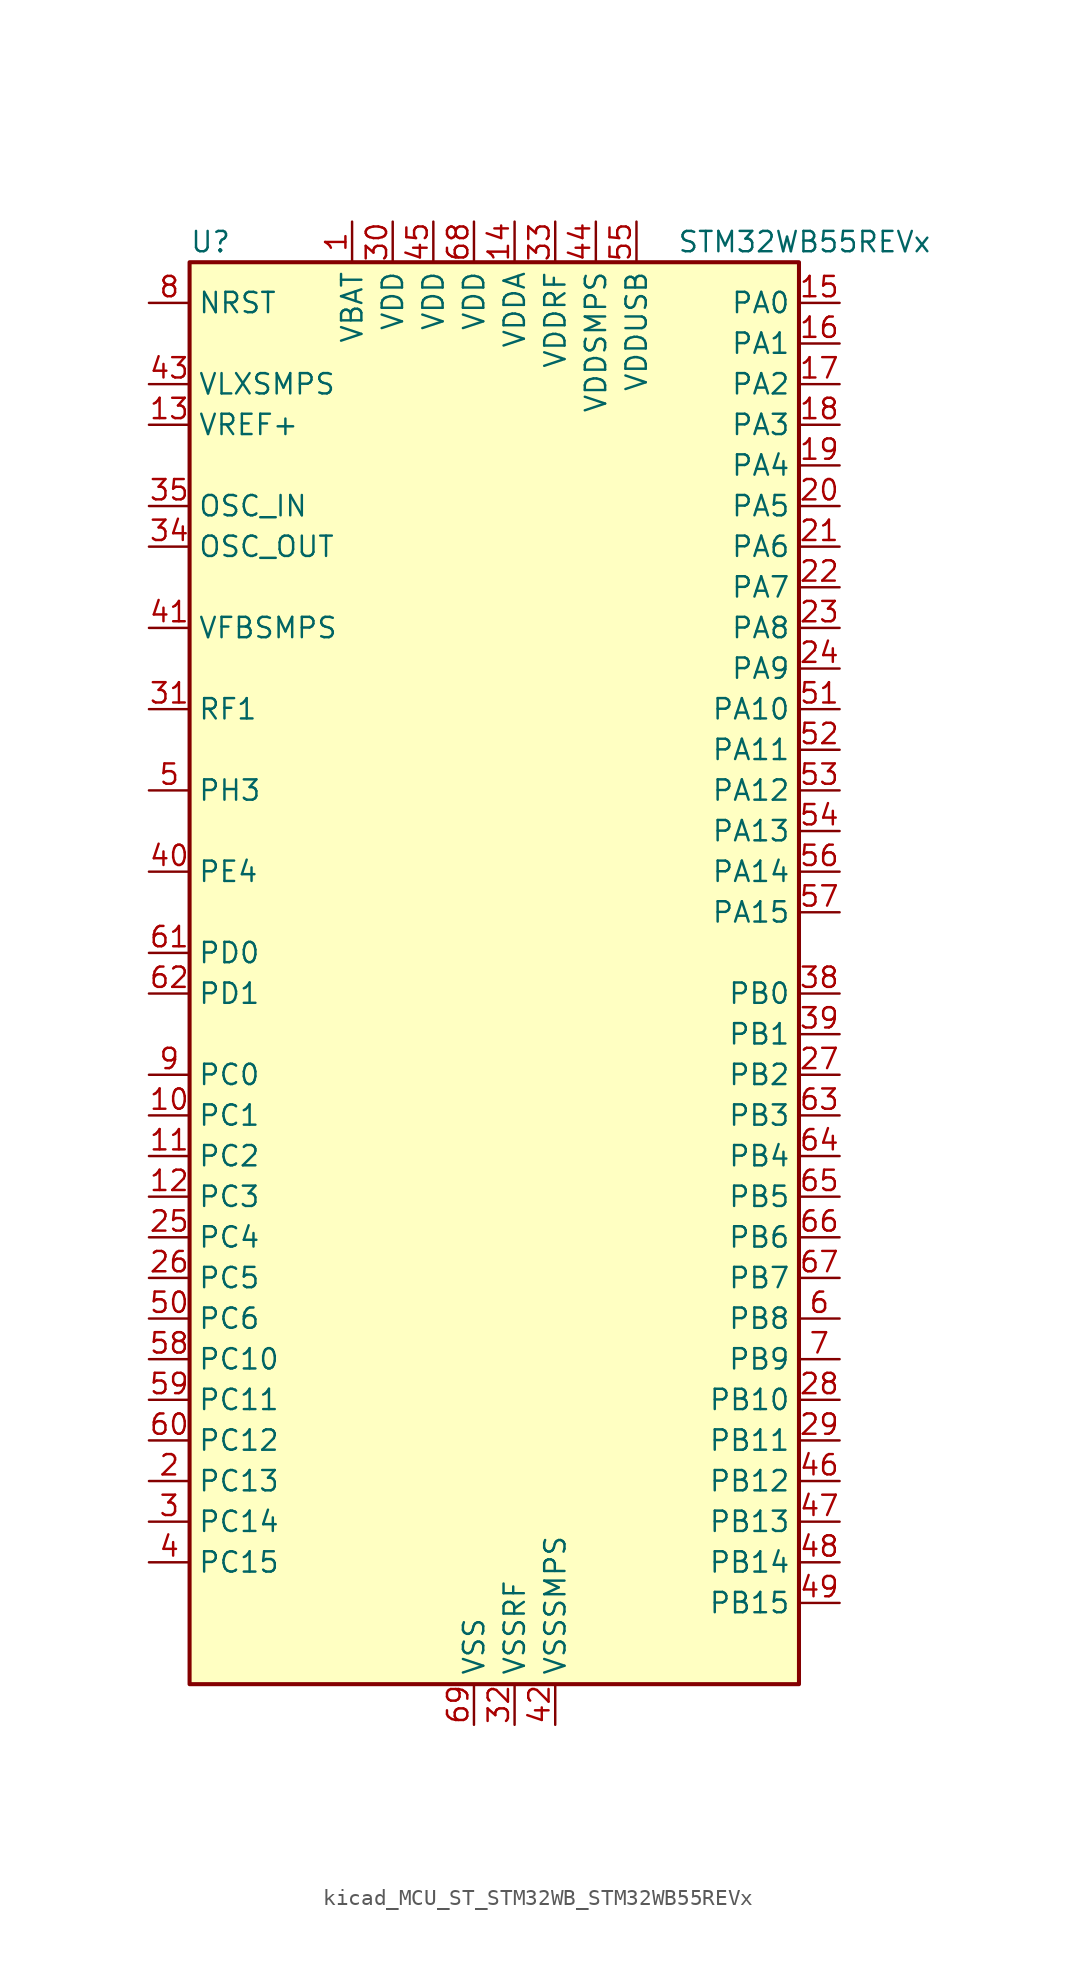
<source format=kicad_sym>
(kicad_symbol_lib
  (version 20220914)
  (generator kicad_symbol_editor)
  (symbol "kicad_MCU_ST_STM32WB_STM32WB55REVx"
    (property "Reference" "U"
      (at -17.78 46.99 0)
      (effects (font (size 1.27 1.27)) (justify left)))
    (property "Value" "STM32WB55REVx"
      (at 12.7 46.99 0)
      (effects (font (size 1.27 1.27)) (justify left)))
    (property "ki_locked" ""
      (at 0 0 0)
      (effects (font (size 1.27 1.27))))
    (symbol "kicad_MCU_ST_STM32WB_STM32WB55REVx_0_1"
      (rectangle (start -17.78 -43.18) (end 20.32 45.72) (stroke (width 0.254) (type default)) (fill (type background))))
    (symbol "kicad_MCU_ST_STM32WB_STM32WB55REVx_1_1"
      (pin power_in line (at -7.62 48.26 270) (length 2.54) (name "VBAT" (effects (font (size 1.27 1.27)))) (number "1" (effects (font (size 1.27 1.27)))))
      (pin bidirectional line (at -20.32 -7.62 0) (length 2.54) (name "PC1" (effects (font (size 1.27 1.27)))) (number "10" (effects (font (size 1.27 1.27)))) (alternate "ADC1_IN2" bidirectional line) (alternate "I2C3_SDA" bidirectional line) (alternate "LCD_SEG19" bidirectional line) (alternate "LPTIM1_OUT" bidirectional line) (alternate "LPUART1_TX" bidirectional line) (alternate "SPI2_MOSI" bidirectional line))
      (pin bidirectional line (at -20.32 -10.16 0) (length 2.54) (name "PC2" (effects (font (size 1.27 1.27)))) (number "11" (effects (font (size 1.27 1.27)))) (alternate "ADC1_IN3" bidirectional line) (alternate "LCD_SEG20" bidirectional line) (alternate "LPTIM1_IN2" bidirectional line) (alternate "SPI2_MISO" bidirectional line))
      (pin bidirectional line (at -20.32 -12.7 0) (length 2.54) (name "PC3" (effects (font (size 1.27 1.27)))) (number "12" (effects (font (size 1.27 1.27)))) (alternate "ADC1_IN4" bidirectional line) (alternate "LCD_VLCD" bidirectional line) (alternate "LPTIM1_ETR" bidirectional line) (alternate "LPTIM2_ETR" bidirectional line) (alternate "SAI1_D1" bidirectional line) (alternate "SAI1_SD_A" bidirectional line) (alternate "SPI2_MOSI" bidirectional line))
      (pin input line (at -20.32 35.56 0) (length 2.54) (name "VREF+" (effects (font (size 1.27 1.27)))) (number "13" (effects (font (size 1.27 1.27)))) (alternate "VREFBUF_OUT" bidirectional line))
      (pin power_in line (at 2.54 48.26 270) (length 2.54) (name "VDDA" (effects (font (size 1.27 1.27)))) (number "14" (effects (font (size 1.27 1.27)))))
      (pin bidirectional line (at 22.86 43.18 180) (length 2.54) (name "PA0" (effects (font (size 1.27 1.27)))) (number "15" (effects (font (size 1.27 1.27)))) (alternate "ADC1_IN5" bidirectional line) (alternate "COMP1_INM" bidirectional line) (alternate "COMP1_OUT" bidirectional line) (alternate "RTC_TAMP2" bidirectional line) (alternate "SAI1_EXTCLK" bidirectional line) (alternate "SYS_WKUP1" bidirectional line) (alternate "TIM2_CH1" bidirectional line) (alternate "TIM2_ETR" bidirectional line))
      (pin bidirectional line (at 22.86 40.64 180) (length 2.54) (name "PA1" (effects (font (size 1.27 1.27)))) (number "16" (effects (font (size 1.27 1.27)))) (alternate "ADC1_IN6" bidirectional line) (alternate "COMP1_INP" bidirectional line) (alternate "I2C1_SMBA" bidirectional line) (alternate "LCD_SEG0" bidirectional line) (alternate "SPI1_SCK" bidirectional line) (alternate "TIM2_CH2" bidirectional line))
      (pin bidirectional line (at 22.86 38.1 180) (length 2.54) (name "PA2" (effects (font (size 1.27 1.27)))) (number "17" (effects (font (size 1.27 1.27)))) (alternate "ADC1_IN7" bidirectional line) (alternate "COMP2_INM" bidirectional line) (alternate "COMP2_OUT" bidirectional line) (alternate "LCD_SEG1" bidirectional line) (alternate "LPUART1_TX" bidirectional line) (alternate "QUADSPI_BK1_NCS" bidirectional line) (alternate "RCC_LSCO" bidirectional line) (alternate "SYS_WKUP4" bidirectional line) (alternate "TIM2_CH3" bidirectional line))
      (pin bidirectional line (at 22.86 35.56 180) (length 2.54) (name "PA3" (effects (font (size 1.27 1.27)))) (number "18" (effects (font (size 1.27 1.27)))) (alternate "ADC1_IN8" bidirectional line) (alternate "COMP2_INP" bidirectional line) (alternate "LCD_SEG2" bidirectional line) (alternate "LPUART1_RX" bidirectional line) (alternate "QUADSPI_CLK" bidirectional line) (alternate "SAI1_CK1" bidirectional line) (alternate "SAI1_MCLK_A" bidirectional line) (alternate "TIM2_CH4" bidirectional line))
      (pin bidirectional line (at 22.86 33.02 180) (length 2.54) (name "PA4" (effects (font (size 1.27 1.27)))) (number "19" (effects (font (size 1.27 1.27)))) (alternate "ADC1_IN9" bidirectional line) (alternate "COMP1_INM" bidirectional line) (alternate "COMP2_INM" bidirectional line) (alternate "LCD_SEG5" bidirectional line) (alternate "LPTIM2_OUT" bidirectional line) (alternate "SAI1_FS_B" bidirectional line) (alternate "SPI1_NSS" bidirectional line))
      (pin bidirectional line (at -20.32 -30.48 0) (length 2.54) (name "PC13" (effects (font (size 1.27 1.27)))) (number "2" (effects (font (size 1.27 1.27)))) (alternate "RTC_OUT1" bidirectional line) (alternate "RTC_TAMP1" bidirectional line) (alternate "RTC_TS" bidirectional line) (alternate "SYS_WKUP2" bidirectional line))
      (pin bidirectional line (at 22.86 30.48 180) (length 2.54) (name "PA5" (effects (font (size 1.27 1.27)))) (number "20" (effects (font (size 1.27 1.27)))) (alternate "ADC1_IN10" bidirectional line) (alternate "COMP1_INM" bidirectional line) (alternate "COMP2_INM" bidirectional line) (alternate "LPTIM2_ETR" bidirectional line) (alternate "SAI1_SD_B" bidirectional line) (alternate "SPI1_SCK" bidirectional line) (alternate "TIM2_CH1" bidirectional line) (alternate "TIM2_ETR" bidirectional line))
      (pin bidirectional line (at 22.86 27.94 180) (length 2.54) (name "PA6" (effects (font (size 1.27 1.27)))) (number "21" (effects (font (size 1.27 1.27)))) (alternate "ADC1_IN11" bidirectional line) (alternate "LCD_SEG3" bidirectional line) (alternate "LPUART1_CTS" bidirectional line) (alternate "QUADSPI_BK1_IO3" bidirectional line) (alternate "SPI1_MISO" bidirectional line) (alternate "TIM16_CH1" bidirectional line) (alternate "TIM1_BKIN" bidirectional line))
      (pin bidirectional line (at 22.86 25.4 180) (length 2.54) (name "PA7" (effects (font (size 1.27 1.27)))) (number "22" (effects (font (size 1.27 1.27)))) (alternate "ADC1_IN12" bidirectional line) (alternate "COMP2_OUT" bidirectional line) (alternate "I2C3_SCL" bidirectional line) (alternate "LCD_SEG4" bidirectional line) (alternate "QUADSPI_BK1_IO2" bidirectional line) (alternate "SPI1_MOSI" bidirectional line) (alternate "TIM17_CH1" bidirectional line) (alternate "TIM1_CH1N" bidirectional line))
      (pin bidirectional line (at 22.86 22.86 180) (length 2.54) (name "PA8" (effects (font (size 1.27 1.27)))) (number "23" (effects (font (size 1.27 1.27)))) (alternate "ADC1_IN15" bidirectional line) (alternate "LCD_COM0" bidirectional line) (alternate "LPTIM2_OUT" bidirectional line) (alternate "RCC_MCO" bidirectional line) (alternate "SAI1_CK2" bidirectional line) (alternate "SAI1_SCK_A" bidirectional line) (alternate "TIM1_CH1" bidirectional line) (alternate "USART1_CK" bidirectional line))
      (pin bidirectional line (at 22.86 20.32 180) (length 2.54) (name "PA9" (effects (font (size 1.27 1.27)))) (number "24" (effects (font (size 1.27 1.27)))) (alternate "ADC1_IN16" bidirectional line) (alternate "COMP1_INM" bidirectional line) (alternate "I2C1_SCL" bidirectional line) (alternate "LCD_COM1" bidirectional line) (alternate "SAI1_D2" bidirectional line) (alternate "SAI1_FS_A" bidirectional line) (alternate "SPI2_SCK" bidirectional line) (alternate "TIM1_CH2" bidirectional line) (alternate "USART1_TX" bidirectional line))
      (pin bidirectional line (at -20.32 -15.24 0) (length 2.54) (name "PC4" (effects (font (size 1.27 1.27)))) (number "25" (effects (font (size 1.27 1.27)))) (alternate "ADC1_IN13" bidirectional line) (alternate "COMP1_INM" bidirectional line) (alternate "LCD_SEG22" bidirectional line))
      (pin bidirectional line (at -20.32 -17.78 0) (length 2.54) (name "PC5" (effects (font (size 1.27 1.27)))) (number "26" (effects (font (size 1.27 1.27)))) (alternate "ADC1_IN14" bidirectional line) (alternate "COMP1_INP" bidirectional line) (alternate "LCD_SEG23" bidirectional line) (alternate "SAI1_D3" bidirectional line) (alternate "SYS_WKUP5" bidirectional line))
      (pin bidirectional line (at 22.86 -5.08 180) (length 2.54) (name "PB2" (effects (font (size 1.27 1.27)))) (number "27" (effects (font (size 1.27 1.27)))) (alternate "COMP1_INP" bidirectional line) (alternate "I2C3_SMBA" bidirectional line) (alternate "LCD_VLCD" bidirectional line) (alternate "LPTIM1_OUT" bidirectional line) (alternate "RTC_OUT2" bidirectional line) (alternate "SAI1_EXTCLK" bidirectional line) (alternate "SPI1_NSS" bidirectional line))
      (pin bidirectional line (at 22.86 -25.4 180) (length 2.54) (name "PB10" (effects (font (size 1.27 1.27)))) (number "28" (effects (font (size 1.27 1.27)))) (alternate "COMP1_OUT" bidirectional line) (alternate "I2C3_SCL" bidirectional line) (alternate "LCD_SEG10" bidirectional line) (alternate "LPUART1_RX" bidirectional line) (alternate "QUADSPI_CLK" bidirectional line) (alternate "SAI1_SCK_A" bidirectional line) (alternate "SPI2_SCK" bidirectional line) (alternate "TIM2_CH3" bidirectional line) (alternate "TSC_SYNC" bidirectional line))
      (pin bidirectional line (at 22.86 -27.94 180) (length 2.54) (name "PB11" (effects (font (size 1.27 1.27)))) (number "29" (effects (font (size 1.27 1.27)))) (alternate "ADC1_EXTI11" bidirectional line) (alternate "COMP2_OUT" bidirectional line) (alternate "I2C3_SDA" bidirectional line) (alternate "LCD_SEG11" bidirectional line) (alternate "LPUART1_TX" bidirectional line) (alternate "QUADSPI_BK1_NCS" bidirectional line) (alternate "TIM2_CH4" bidirectional line))
      (pin bidirectional line (at -20.32 -33.02 0) (length 2.54) (name "PC14" (effects (font (size 1.27 1.27)))) (number "3" (effects (font (size 1.27 1.27)))) (alternate "RCC_OSC32_IN" bidirectional line))
      (pin power_in line (at -5.08 48.26 270) (length 2.54) (name "VDD" (effects (font (size 1.27 1.27)))) (number "30" (effects (font (size 1.27 1.27)))))
      (pin bidirectional line (at -20.32 17.78 0) (length 2.54) (name "RF1" (effects (font (size 1.27 1.27)))) (number "31" (effects (font (size 1.27 1.27)))) (alternate "RF_RF1" bidirectional line))
      (pin power_in line (at 2.54 -45.72 90) (length 2.54) (name "VSSRF" (effects (font (size 1.27 1.27)))) (number "32" (effects (font (size 1.27 1.27)))))
      (pin power_in line (at 5.08 48.26 270) (length 2.54) (name "VDDRF" (effects (font (size 1.27 1.27)))) (number "33" (effects (font (size 1.27 1.27)))))
      (pin input line (at -20.32 27.94 0) (length 2.54) (name "OSC_OUT" (effects (font (size 1.27 1.27)))) (number "34" (effects (font (size 1.27 1.27)))) (alternate "RCC_OSC_OUT" bidirectional line))
      (pin input line (at -20.32 30.48 0) (length 2.54) (name "OSC_IN" (effects (font (size 1.27 1.27)))) (number "35" (effects (font (size 1.27 1.27)))) (alternate "RCC_OSC_IN" bidirectional line))
      (pin no_connect line (at -17.78 -43.18 0) (length 2.54) hide (name "AT0" (effects (font (size 1.27 1.27)))) (number "36" (effects (font (size 1.27 1.27)))))
      (pin no_connect line (at -17.78 -40.64 0) (length 2.54) hide (name "AT1" (effects (font (size 1.27 1.27)))) (number "37" (effects (font (size 1.27 1.27)))))
      (pin bidirectional line (at 22.86 0 180) (length 2.54) (name "PB0" (effects (font (size 1.27 1.27)))) (number "38" (effects (font (size 1.27 1.27)))) (alternate "COMP1_OUT" bidirectional line) (alternate "RF_TX_MOD_EXT_PA" bidirectional line))
      (pin bidirectional line (at 22.86 -2.54 180) (length 2.54) (name "PB1" (effects (font (size 1.27 1.27)))) (number "39" (effects (font (size 1.27 1.27)))) (alternate "LPTIM2_IN1" bidirectional line) (alternate "LPUART1_DE" bidirectional line) (alternate "LPUART1_RTS" bidirectional line))
      (pin bidirectional line (at -20.32 -35.56 0) (length 2.54) (name "PC15" (effects (font (size 1.27 1.27)))) (number "4" (effects (font (size 1.27 1.27)))) (alternate "ADC1_EXTI15" bidirectional line) (alternate "RCC_OSC32_OUT" bidirectional line))
      (pin bidirectional line (at -20.32 7.62 0) (length 2.54) (name "PE4" (effects (font (size 1.27 1.27)))) (number "40" (effects (font (size 1.27 1.27)))))
      (pin input line (at -20.32 22.86 0) (length 2.54) (name "VFBSMPS" (effects (font (size 1.27 1.27)))) (number "41" (effects (font (size 1.27 1.27)))))
      (pin power_in line (at 5.08 -45.72 90) (length 2.54) (name "VSSSMPS" (effects (font (size 1.27 1.27)))) (number "42" (effects (font (size 1.27 1.27)))))
      (pin power_in line (at -20.32 38.1 0) (length 2.54) (name "VLXSMPS" (effects (font (size 1.27 1.27)))) (number "43" (effects (font (size 1.27 1.27)))))
      (pin power_in line (at 7.62 48.26 270) (length 2.54) (name "VDDSMPS" (effects (font (size 1.27 1.27)))) (number "44" (effects (font (size 1.27 1.27)))))
      (pin power_in line (at -2.54 48.26 270) (length 2.54) (name "VDD" (effects (font (size 1.27 1.27)))) (number "45" (effects (font (size 1.27 1.27)))))
      (pin bidirectional line (at 22.86 -30.48 180) (length 2.54) (name "PB12" (effects (font (size 1.27 1.27)))) (number "46" (effects (font (size 1.27 1.27)))) (alternate "I2C3_SMBA" bidirectional line) (alternate "LCD_SEG12" bidirectional line) (alternate "LPUART1_DE" bidirectional line) (alternate "LPUART1_RTS" bidirectional line) (alternate "SAI1_FS_A" bidirectional line) (alternate "SPI2_NSS" bidirectional line) (alternate "TIM1_BKIN" bidirectional line) (alternate "TSC_G1_IO1" bidirectional line))
      (pin bidirectional line (at 22.86 -33.02 180) (length 2.54) (name "PB13" (effects (font (size 1.27 1.27)))) (number "47" (effects (font (size 1.27 1.27)))) (alternate "I2C3_SCL" bidirectional line) (alternate "LCD_SEG13" bidirectional line) (alternate "LPUART1_CTS" bidirectional line) (alternate "SAI1_SCK_A" bidirectional line) (alternate "SPI2_SCK" bidirectional line) (alternate "TIM1_CH1N" bidirectional line) (alternate "TSC_G1_IO2" bidirectional line))
      (pin bidirectional line (at 22.86 -35.56 180) (length 2.54) (name "PB14" (effects (font (size 1.27 1.27)))) (number "48" (effects (font (size 1.27 1.27)))) (alternate "I2C3_SDA" bidirectional line) (alternate "LCD_SEG14" bidirectional line) (alternate "SAI1_MCLK_A" bidirectional line) (alternate "SPI2_MISO" bidirectional line) (alternate "TIM1_CH2N" bidirectional line) (alternate "TSC_G1_IO3" bidirectional line))
      (pin bidirectional line (at 22.86 -38.1 180) (length 2.54) (name "PB15" (effects (font (size 1.27 1.27)))) (number "49" (effects (font (size 1.27 1.27)))) (alternate "ADC1_EXTI15" bidirectional line) (alternate "LCD_SEG15" bidirectional line) (alternate "RTC_REFIN" bidirectional line) (alternate "SAI1_SD_A" bidirectional line) (alternate "SPI2_MOSI" bidirectional line) (alternate "TIM1_CH3N" bidirectional line) (alternate "TSC_G1_IO4" bidirectional line))
      (pin bidirectional line (at -20.32 12.7 0) (length 2.54) (name "PH3" (effects (font (size 1.27 1.27)))) (number "5" (effects (font (size 1.27 1.27)))) (alternate "RCC_LSCO" bidirectional line))
      (pin bidirectional line (at -20.32 -20.32 0) (length 2.54) (name "PC6" (effects (font (size 1.27 1.27)))) (number "50" (effects (font (size 1.27 1.27)))) (alternate "LCD_SEG24" bidirectional line))
      (pin bidirectional line (at 22.86 17.78 180) (length 2.54) (name "PA10" (effects (font (size 1.27 1.27)))) (number "51" (effects (font (size 1.27 1.27)))) (alternate "CRS_SYNC" bidirectional line) (alternate "I2C1_SDA" bidirectional line) (alternate "LCD_COM2" bidirectional line) (alternate "SAI1_D1" bidirectional line) (alternate "SAI1_SD_A" bidirectional line) (alternate "TIM17_BKIN" bidirectional line) (alternate "TIM1_CH3" bidirectional line) (alternate "USART1_RX" bidirectional line))
      (pin bidirectional line (at 22.86 15.24 180) (length 2.54) (name "PA11" (effects (font (size 1.27 1.27)))) (number "52" (effects (font (size 1.27 1.27)))) (alternate "ADC1_EXTI11" bidirectional line) (alternate "SPI1_MISO" bidirectional line) (alternate "TIM1_BKIN2" bidirectional line) (alternate "TIM1_CH4" bidirectional line) (alternate "USART1_CTS" bidirectional line) (alternate "USART1_NSS" bidirectional line) (alternate "USB_DM" bidirectional line))
      (pin bidirectional line (at 22.86 12.7 180) (length 2.54) (name "PA12" (effects (font (size 1.27 1.27)))) (number "53" (effects (font (size 1.27 1.27)))) (alternate "LPUART1_RX" bidirectional line) (alternate "SPI1_MOSI" bidirectional line) (alternate "TIM1_ETR" bidirectional line) (alternate "USART1_DE" bidirectional line) (alternate "USART1_RTS" bidirectional line) (alternate "USB_DP" bidirectional line))
      (pin bidirectional line (at 22.86 10.16 180) (length 2.54) (name "PA13" (effects (font (size 1.27 1.27)))) (number "54" (effects (font (size 1.27 1.27)))) (alternate "IR_OUT" bidirectional line) (alternate "SAI1_SD_B" bidirectional line) (alternate "SYS_JTMS-SWDIO" bidirectional line) (alternate "USB_NOE" bidirectional line))
      (pin power_in line (at 10.16 48.26 270) (length 2.54) (name "VDDUSB" (effects (font (size 1.27 1.27)))) (number "55" (effects (font (size 1.27 1.27)))))
      (pin bidirectional line (at 22.86 7.62 180) (length 2.54) (name "PA14" (effects (font (size 1.27 1.27)))) (number "56" (effects (font (size 1.27 1.27)))) (alternate "I2C1_SMBA" bidirectional line) (alternate "LCD_SEG5" bidirectional line) (alternate "LPTIM1_OUT" bidirectional line) (alternate "SAI1_FS_B" bidirectional line) (alternate "SYS_JTCK-SWCLK" bidirectional line))
      (pin bidirectional line (at 22.86 5.08 180) (length 2.54) (name "PA15" (effects (font (size 1.27 1.27)))) (number "57" (effects (font (size 1.27 1.27)))) (alternate "ADC1_EXTI15" bidirectional line) (alternate "LCD_SEG17" bidirectional line) (alternate "RCC_MCO" bidirectional line) (alternate "SPI1_NSS" bidirectional line) (alternate "SYS_JTDI" bidirectional line) (alternate "TIM2_CH1" bidirectional line) (alternate "TIM2_ETR" bidirectional line) (alternate "TSC_G3_IO1" bidirectional line))
      (pin bidirectional line (at -20.32 -22.86 0) (length 2.54) (name "PC10" (effects (font (size 1.27 1.27)))) (number "58" (effects (font (size 1.27 1.27)))) (alternate "LCD_COM4" bidirectional line) (alternate "LCD_SEG28" bidirectional line) (alternate "LCD_SEG40" bidirectional line) (alternate "SYS_TRACED1" bidirectional line) (alternate "TSC_G3_IO2" bidirectional line))
      (pin bidirectional line (at -20.32 -25.4 0) (length 2.54) (name "PC11" (effects (font (size 1.27 1.27)))) (number "59" (effects (font (size 1.27 1.27)))) (alternate "ADC1_EXTI11" bidirectional line) (alternate "LCD_COM5" bidirectional line) (alternate "LCD_SEG29" bidirectional line) (alternate "LCD_SEG41" bidirectional line) (alternate "TSC_G3_IO3" bidirectional line))
      (pin bidirectional line (at 22.86 -20.32 180) (length 2.54) (name "PB8" (effects (font (size 1.27 1.27)))) (number "6" (effects (font (size 1.27 1.27)))) (alternate "I2C1_SCL" bidirectional line) (alternate "LCD_SEG16" bidirectional line) (alternate "QUADSPI_BK1_IO1" bidirectional line) (alternate "SAI1_CK1" bidirectional line) (alternate "SAI1_MCLK_A" bidirectional line) (alternate "TIM16_CH1" bidirectional line) (alternate "TIM1_CH2N" bidirectional line))
      (pin bidirectional line (at -20.32 -27.94 0) (length 2.54) (name "PC12" (effects (font (size 1.27 1.27)))) (number "60" (effects (font (size 1.27 1.27)))) (alternate "LCD_COM6" bidirectional line) (alternate "LCD_SEG30" bidirectional line) (alternate "LCD_SEG42" bidirectional line) (alternate "RCC_LSCO" bidirectional line) (alternate "RTC_TAMP3" bidirectional line) (alternate "SYS_TRACED3" bidirectional line) (alternate "SYS_WKUP3" bidirectional line) (alternate "TSC_G3_IO4" bidirectional line))
      (pin bidirectional line (at -20.32 2.54 0) (length 2.54) (name "PD0" (effects (font (size 1.27 1.27)))) (number "61" (effects (font (size 1.27 1.27)))) (alternate "SPI2_NSS" bidirectional line))
      (pin bidirectional line (at -20.32 0 0) (length 2.54) (name "PD1" (effects (font (size 1.27 1.27)))) (number "62" (effects (font (size 1.27 1.27)))) (alternate "SPI2_SCK" bidirectional line))
      (pin bidirectional line (at 22.86 -7.62 180) (length 2.54) (name "PB3" (effects (font (size 1.27 1.27)))) (number "63" (effects (font (size 1.27 1.27)))) (alternate "COMP2_INM" bidirectional line) (alternate "LCD_SEG7" bidirectional line) (alternate "SAI1_SCK_B" bidirectional line) (alternate "SPI1_SCK" bidirectional line) (alternate "SYS_JTDO-SWO" bidirectional line) (alternate "TIM2_CH2" bidirectional line) (alternate "USART1_DE" bidirectional line) (alternate "USART1_RTS" bidirectional line))
      (pin bidirectional line (at 22.86 -10.16 180) (length 2.54) (name "PB4" (effects (font (size 1.27 1.27)))) (number "64" (effects (font (size 1.27 1.27)))) (alternate "COMP2_INP" bidirectional line) (alternate "I2C3_SDA" bidirectional line) (alternate "LCD_SEG8" bidirectional line) (alternate "SAI1_MCLK_B" bidirectional line) (alternate "SPI1_MISO" bidirectional line) (alternate "SYS_JTRST" bidirectional line) (alternate "TIM17_BKIN" bidirectional line) (alternate "TSC_G2_IO1" bidirectional line) (alternate "USART1_CTS" bidirectional line) (alternate "USART1_NSS" bidirectional line))
      (pin bidirectional line (at 22.86 -12.7 180) (length 2.54) (name "PB5" (effects (font (size 1.27 1.27)))) (number "65" (effects (font (size 1.27 1.27)))) (alternate "COMP2_OUT" bidirectional line) (alternate "I2C1_SMBA" bidirectional line) (alternate "LCD_SEG9" bidirectional line) (alternate "LPTIM1_IN1" bidirectional line) (alternate "LPUART1_TX" bidirectional line) (alternate "SAI1_SD_B" bidirectional line) (alternate "SPI1_MOSI" bidirectional line) (alternate "TIM16_BKIN" bidirectional line) (alternate "TSC_G2_IO2" bidirectional line) (alternate "USART1_CK" bidirectional line))
      (pin bidirectional line (at 22.86 -15.24 180) (length 2.54) (name "PB6" (effects (font (size 1.27 1.27)))) (number "66" (effects (font (size 1.27 1.27)))) (alternate "COMP2_INP" bidirectional line) (alternate "I2C1_SCL" bidirectional line) (alternate "LCD_SEG6" bidirectional line) (alternate "LPTIM1_ETR" bidirectional line) (alternate "RCC_MCO" bidirectional line) (alternate "SAI1_FS_B" bidirectional line) (alternate "TIM16_CH1N" bidirectional line) (alternate "TSC_G2_IO3" bidirectional line) (alternate "USART1_TX" bidirectional line))
      (pin bidirectional line (at 22.86 -17.78 180) (length 2.54) (name "PB7" (effects (font (size 1.27 1.27)))) (number "67" (effects (font (size 1.27 1.27)))) (alternate "COMP2_INM" bidirectional line) (alternate "I2C1_SDA" bidirectional line) (alternate "LCD_SEG21" bidirectional line) (alternate "LPTIM1_IN2" bidirectional line) (alternate "SYS_PVD_IN" bidirectional line) (alternate "TIM17_CH1N" bidirectional line) (alternate "TIM1_BKIN" bidirectional line) (alternate "TSC_G2_IO4" bidirectional line) (alternate "USART1_RX" bidirectional line))
      (pin power_in line (at 0 48.26 270) (length 2.54) (name "VDD" (effects (font (size 1.27 1.27)))) (number "68" (effects (font (size 1.27 1.27)))))
      (pin power_in line (at 0 -45.72 90) (length 2.54) (name "VSS" (effects (font (size 1.27 1.27)))) (number "69" (effects (font (size 1.27 1.27)))))
      (pin bidirectional line (at 22.86 -22.86 180) (length 2.54) (name "PB9" (effects (font (size 1.27 1.27)))) (number "7" (effects (font (size 1.27 1.27)))) (alternate "I2C1_SDA" bidirectional line) (alternate "IR_OUT" bidirectional line) (alternate "LCD_COM3" bidirectional line) (alternate "QUADSPI_BK1_IO0" bidirectional line) (alternate "SAI1_D2" bidirectional line) (alternate "SAI1_FS_A" bidirectional line) (alternate "SPI2_NSS" bidirectional line) (alternate "TIM17_CH1" bidirectional line) (alternate "TIM1_CH3N" bidirectional line))
      (pin input line (at -20.32 43.18 0) (length 2.54) (name "NRST" (effects (font (size 1.27 1.27)))) (number "8" (effects (font (size 1.27 1.27)))))
      (pin bidirectional line (at -20.32 -5.08 0) (length 2.54) (name "PC0" (effects (font (size 1.27 1.27)))) (number "9" (effects (font (size 1.27 1.27)))) (alternate "ADC1_IN1" bidirectional line) (alternate "I2C3_SCL" bidirectional line) (alternate "LCD_SEG18" bidirectional line) (alternate "LPTIM1_IN1" bidirectional line) (alternate "LPTIM2_IN1" bidirectional line) (alternate "LPUART1_RX" bidirectional line)))))
</source>
